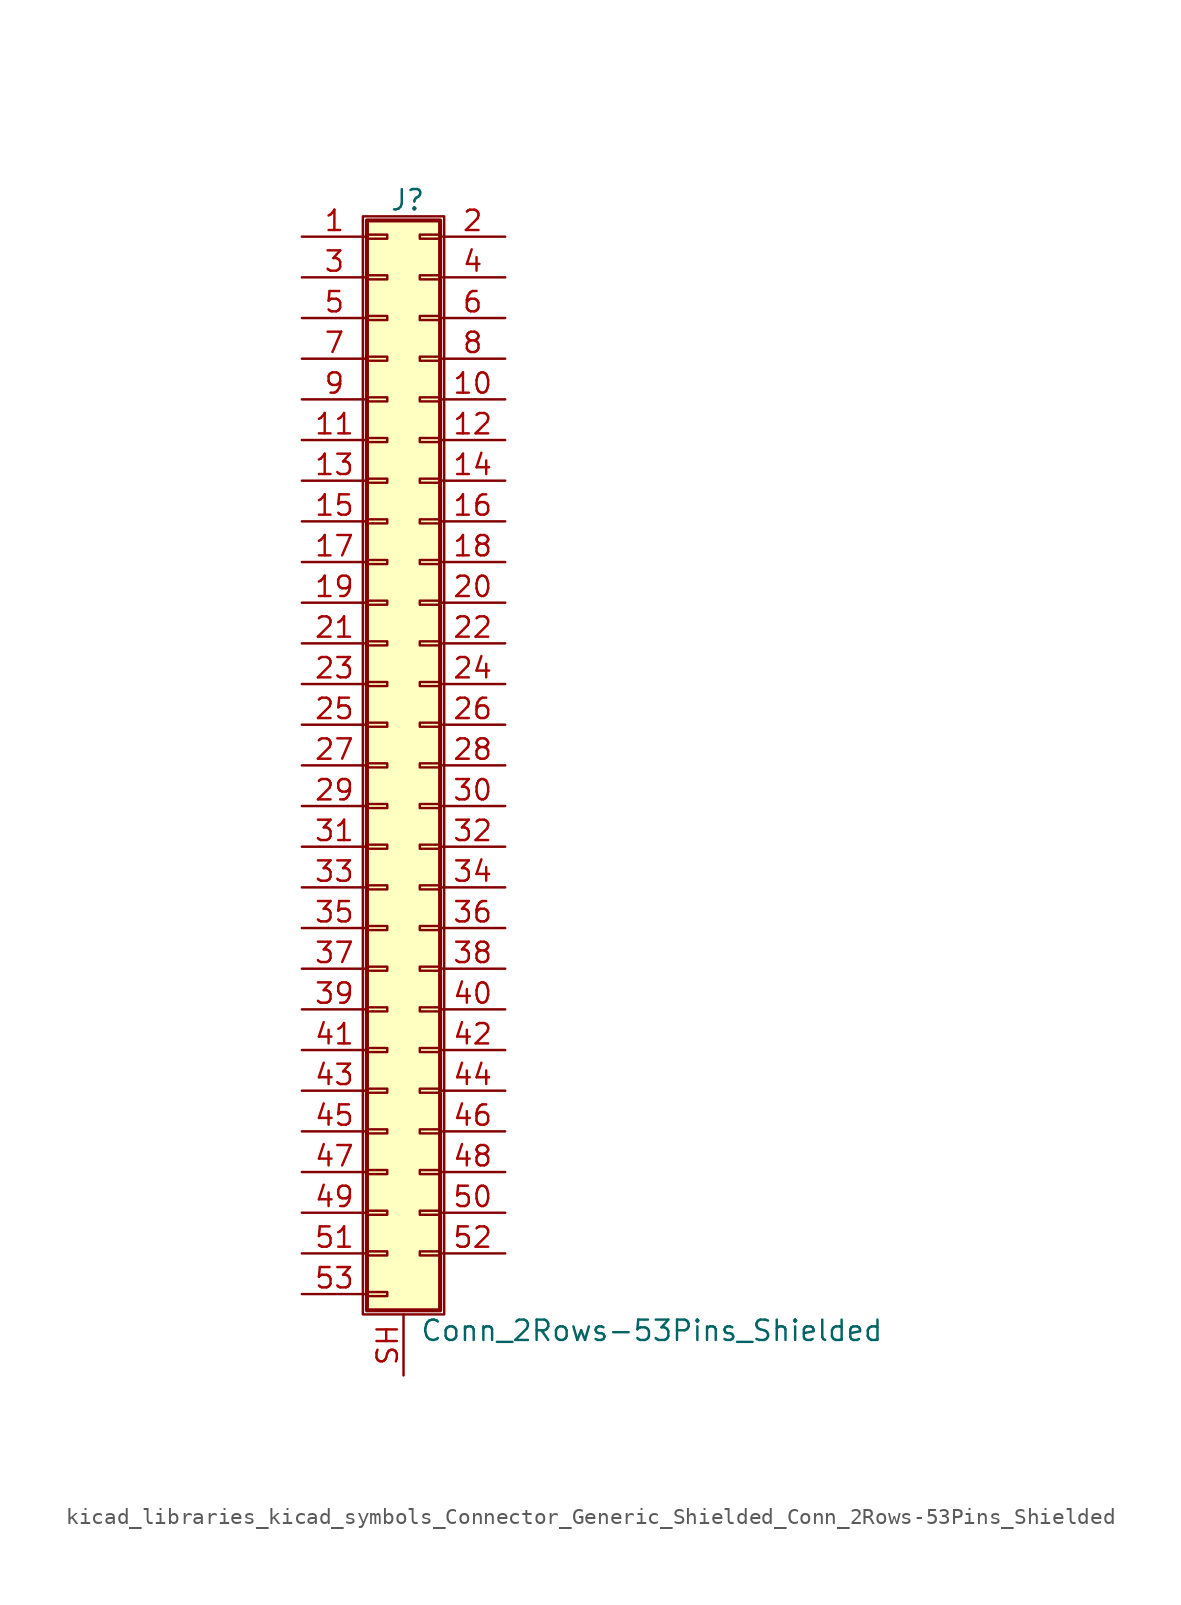
<source format=kicad_sym>
(kicad_symbol_lib
  (version 20220914)
  (generator kicad_symbol_editor)
  (symbol "kicad_libraries_kicad_symbols_Connector_Generic_Shielded_Conn_2Rows-53Pins_Shielded"
    (pin_names
      (offset 1.016) hide)
    (property "Reference" "J"
      (at 1.524 35.306 0)
      (effects (font (size 1.27 1.27))))
    (property "Value" "Conn_2Rows-53Pins_Shielded"
      (at 2.286 -35.306 0)
      (effects (font (size 1.27 1.27)) (justify left)))
    (symbol "kicad_libraries_kicad_symbols_Connector_Generic_Shielded_Conn_2Rows-53Pins_Shielded_1_1"
      (rectangle (start -1.27 34.29) (end 3.81 -34.29) (stroke (width 0.152) (type default)) (fill (type none)))
      (rectangle (start -1.016 -32.893) (end 0.254 -33.147) (stroke (width 0.152) (type default)) (fill (type none)))
      (rectangle (start -1.016 -30.353) (end 0.254 -30.607) (stroke (width 0.152) (type default)) (fill (type none)))
      (rectangle (start -1.016 -27.813) (end 0.254 -28.067) (stroke (width 0.152) (type default)) (fill (type none)))
      (rectangle (start -1.016 -25.273) (end 0.254 -25.527) (stroke (width 0.152) (type default)) (fill (type none)))
      (rectangle (start -1.016 -22.733) (end 0.254 -22.987) (stroke (width 0.152) (type default)) (fill (type none)))
      (rectangle (start -1.016 -20.193) (end 0.254 -20.447) (stroke (width 0.152) (type default)) (fill (type none)))
      (rectangle (start -1.016 -17.653) (end 0.254 -17.907) (stroke (width 0.152) (type default)) (fill (type none)))
      (rectangle (start -1.016 -15.113) (end 0.254 -15.367) (stroke (width 0.152) (type default)) (fill (type none)))
      (rectangle (start -1.016 -12.573) (end 0.254 -12.827) (stroke (width 0.152) (type default)) (fill (type none)))
      (rectangle (start -1.016 -10.033) (end 0.254 -10.287) (stroke (width 0.152) (type default)) (fill (type none)))
      (rectangle (start -1.016 -7.493) (end 0.254 -7.747) (stroke (width 0.152) (type default)) (fill (type none)))
      (rectangle (start -1.016 -4.953) (end 0.254 -5.207) (stroke (width 0.152) (type default)) (fill (type none)))
      (rectangle (start -1.016 -2.413) (end 0.254 -2.667) (stroke (width 0.152) (type default)) (fill (type none)))
      (rectangle (start -1.016 0.127) (end 0.254 -0.127) (stroke (width 0.152) (type default)) (fill (type none)))
      (rectangle (start -1.016 2.667) (end 0.254 2.413) (stroke (width 0.152) (type default)) (fill (type none)))
      (rectangle (start -1.016 5.207) (end 0.254 4.953) (stroke (width 0.152) (type default)) (fill (type none)))
      (rectangle (start -1.016 7.747) (end 0.254 7.493) (stroke (width 0.152) (type default)) (fill (type none)))
      (rectangle (start -1.016 10.287) (end 0.254 10.033) (stroke (width 0.152) (type default)) (fill (type none)))
      (rectangle (start -1.016 12.827) (end 0.254 12.573) (stroke (width 0.152) (type default)) (fill (type none)))
      (rectangle (start -1.016 15.367) (end 0.254 15.113) (stroke (width 0.152) (type default)) (fill (type none)))
      (rectangle (start -1.016 17.907) (end 0.254 17.653) (stroke (width 0.152) (type default)) (fill (type none)))
      (rectangle (start -1.016 20.447) (end 0.254 20.193) (stroke (width 0.152) (type default)) (fill (type none)))
      (rectangle (start -1.016 22.987) (end 0.254 22.733) (stroke (width 0.152) (type default)) (fill (type none)))
      (rectangle (start -1.016 25.527) (end 0.254 25.273) (stroke (width 0.152) (type default)) (fill (type none)))
      (rectangle (start -1.016 28.067) (end 0.254 27.813) (stroke (width 0.152) (type default)) (fill (type none)))
      (rectangle (start -1.016 30.607) (end 0.254 30.353) (stroke (width 0.152) (type default)) (fill (type none)))
      (rectangle (start -1.016 33.147) (end 0.254 32.893) (stroke (width 0.152) (type default)) (fill (type none)))
      (rectangle (start -1.016 34.036) (end 3.556 -34.036) (stroke (width 0.254) (type default)) (fill (type background)))
      (rectangle (start 3.556 -30.353) (end 2.286 -30.607) (stroke (width 0.152) (type default)) (fill (type none)))
      (rectangle (start 3.556 -27.813) (end 2.286 -28.067) (stroke (width 0.152) (type default)) (fill (type none)))
      (rectangle (start 3.556 -25.273) (end 2.286 -25.527) (stroke (width 0.152) (type default)) (fill (type none)))
      (rectangle (start 3.556 -22.733) (end 2.286 -22.987) (stroke (width 0.152) (type default)) (fill (type none)))
      (rectangle (start 3.556 -20.193) (end 2.286 -20.447) (stroke (width 0.152) (type default)) (fill (type none)))
      (rectangle (start 3.556 -17.653) (end 2.286 -17.907) (stroke (width 0.152) (type default)) (fill (type none)))
      (rectangle (start 3.556 -15.113) (end 2.286 -15.367) (stroke (width 0.152) (type default)) (fill (type none)))
      (rectangle (start 3.556 -12.573) (end 2.286 -12.827) (stroke (width 0.152) (type default)) (fill (type none)))
      (rectangle (start 3.556 -10.033) (end 2.286 -10.287) (stroke (width 0.152) (type default)) (fill (type none)))
      (rectangle (start 3.556 -7.493) (end 2.286 -7.747) (stroke (width 0.152) (type default)) (fill (type none)))
      (rectangle (start 3.556 -4.953) (end 2.286 -5.207) (stroke (width 0.152) (type default)) (fill (type none)))
      (rectangle (start 3.556 -2.413) (end 2.286 -2.667) (stroke (width 0.152) (type default)) (fill (type none)))
      (rectangle (start 3.556 0.127) (end 2.286 -0.127) (stroke (width 0.152) (type default)) (fill (type none)))
      (rectangle (start 3.556 2.667) (end 2.286 2.413) (stroke (width 0.152) (type default)) (fill (type none)))
      (rectangle (start 3.556 5.207) (end 2.286 4.953) (stroke (width 0.152) (type default)) (fill (type none)))
      (rectangle (start 3.556 7.747) (end 2.286 7.493) (stroke (width 0.152) (type default)) (fill (type none)))
      (rectangle (start 3.556 10.287) (end 2.286 10.033) (stroke (width 0.152) (type default)) (fill (type none)))
      (rectangle (start 3.556 12.827) (end 2.286 12.573) (stroke (width 0.152) (type default)) (fill (type none)))
      (rectangle (start 3.556 15.367) (end 2.286 15.113) (stroke (width 0.152) (type default)) (fill (type none)))
      (rectangle (start 3.556 17.907) (end 2.286 17.653) (stroke (width 0.152) (type default)) (fill (type none)))
      (rectangle (start 3.556 20.447) (end 2.286 20.193) (stroke (width 0.152) (type default)) (fill (type none)))
      (rectangle (start 3.556 22.987) (end 2.286 22.733) (stroke (width 0.152) (type default)) (fill (type none)))
      (rectangle (start 3.556 25.527) (end 2.286 25.273) (stroke (width 0.152) (type default)) (fill (type none)))
      (rectangle (start 3.556 28.067) (end 2.286 27.813) (stroke (width 0.152) (type default)) (fill (type none)))
      (rectangle (start 3.556 30.607) (end 2.286 30.353) (stroke (width 0.152) (type default)) (fill (type none)))
      (rectangle (start 3.556 33.147) (end 2.286 32.893) (stroke (width 0.152) (type default)) (fill (type none)))
      (pin passive line (at -5.08 33.02 0) (length 4.064) (name "Pin_1" (effects (font (size 1.27 1.27)))) (number "1" (effects (font (size 1.27 1.27)))))
      (pin passive line (at 7.62 22.86 180) (length 4.064) (name "Pin_10" (effects (font (size 1.27 1.27)))) (number "10" (effects (font (size 1.27 1.27)))))
      (pin passive line (at -5.08 20.32 0) (length 4.064) (name "Pin_11" (effects (font (size 1.27 1.27)))) (number "11" (effects (font (size 1.27 1.27)))))
      (pin passive line (at 7.62 20.32 180) (length 4.064) (name "Pin_12" (effects (font (size 1.27 1.27)))) (number "12" (effects (font (size 1.27 1.27)))))
      (pin passive line (at -5.08 17.78 0) (length 4.064) (name "Pin_13" (effects (font (size 1.27 1.27)))) (number "13" (effects (font (size 1.27 1.27)))))
      (pin passive line (at 7.62 17.78 180) (length 4.064) (name "Pin_14" (effects (font (size 1.27 1.27)))) (number "14" (effects (font (size 1.27 1.27)))))
      (pin passive line (at -5.08 15.24 0) (length 4.064) (name "Pin_15" (effects (font (size 1.27 1.27)))) (number "15" (effects (font (size 1.27 1.27)))))
      (pin passive line (at 7.62 15.24 180) (length 4.064) (name "Pin_16" (effects (font (size 1.27 1.27)))) (number "16" (effects (font (size 1.27 1.27)))))
      (pin passive line (at -5.08 12.7 0) (length 4.064) (name "Pin_17" (effects (font (size 1.27 1.27)))) (number "17" (effects (font (size 1.27 1.27)))))
      (pin passive line (at 7.62 12.7 180) (length 4.064) (name "Pin_18" (effects (font (size 1.27 1.27)))) (number "18" (effects (font (size 1.27 1.27)))))
      (pin passive line (at -5.08 10.16 0) (length 4.064) (name "Pin_19" (effects (font (size 1.27 1.27)))) (number "19" (effects (font (size 1.27 1.27)))))
      (pin passive line (at 7.62 33.02 180) (length 4.064) (name "Pin_2" (effects (font (size 1.27 1.27)))) (number "2" (effects (font (size 1.27 1.27)))))
      (pin passive line (at 7.62 10.16 180) (length 4.064) (name "Pin_20" (effects (font (size 1.27 1.27)))) (number "20" (effects (font (size 1.27 1.27)))))
      (pin passive line (at -5.08 7.62 0) (length 4.064) (name "Pin_21" (effects (font (size 1.27 1.27)))) (number "21" (effects (font (size 1.27 1.27)))))
      (pin passive line (at 7.62 7.62 180) (length 4.064) (name "Pin_22" (effects (font (size 1.27 1.27)))) (number "22" (effects (font (size 1.27 1.27)))))
      (pin passive line (at -5.08 5.08 0) (length 4.064) (name "Pin_23" (effects (font (size 1.27 1.27)))) (number "23" (effects (font (size 1.27 1.27)))))
      (pin passive line (at 7.62 5.08 180) (length 4.064) (name "Pin_24" (effects (font (size 1.27 1.27)))) (number "24" (effects (font (size 1.27 1.27)))))
      (pin passive line (at -5.08 2.54 0) (length 4.064) (name "Pin_25" (effects (font (size 1.27 1.27)))) (number "25" (effects (font (size 1.27 1.27)))))
      (pin passive line (at 7.62 2.54 180) (length 4.064) (name "Pin_26" (effects (font (size 1.27 1.27)))) (number "26" (effects (font (size 1.27 1.27)))))
      (pin passive line (at -5.08 0 0) (length 4.064) (name "Pin_27" (effects (font (size 1.27 1.27)))) (number "27" (effects (font (size 1.27 1.27)))))
      (pin passive line (at 7.62 0 180) (length 4.064) (name "Pin_28" (effects (font (size 1.27 1.27)))) (number "28" (effects (font (size 1.27 1.27)))))
      (pin passive line (at -5.08 -2.54 0) (length 4.064) (name "Pin_29" (effects (font (size 1.27 1.27)))) (number "29" (effects (font (size 1.27 1.27)))))
      (pin passive line (at -5.08 30.48 0) (length 4.064) (name "Pin_3" (effects (font (size 1.27 1.27)))) (number "3" (effects (font (size 1.27 1.27)))))
      (pin passive line (at 7.62 -2.54 180) (length 4.064) (name "Pin_30" (effects (font (size 1.27 1.27)))) (number "30" (effects (font (size 1.27 1.27)))))
      (pin passive line (at -5.08 -5.08 0) (length 4.064) (name "Pin_31" (effects (font (size 1.27 1.27)))) (number "31" (effects (font (size 1.27 1.27)))))
      (pin passive line (at 7.62 -5.08 180) (length 4.064) (name "Pin_32" (effects (font (size 1.27 1.27)))) (number "32" (effects (font (size 1.27 1.27)))))
      (pin passive line (at -5.08 -7.62 0) (length 4.064) (name "Pin_33" (effects (font (size 1.27 1.27)))) (number "33" (effects (font (size 1.27 1.27)))))
      (pin passive line (at 7.62 -7.62 180) (length 4.064) (name "Pin_34" (effects (font (size 1.27 1.27)))) (number "34" (effects (font (size 1.27 1.27)))))
      (pin passive line (at -5.08 -10.16 0) (length 4.064) (name "Pin_35" (effects (font (size 1.27 1.27)))) (number "35" (effects (font (size 1.27 1.27)))))
      (pin passive line (at 7.62 -10.16 180) (length 4.064) (name "Pin_36" (effects (font (size 1.27 1.27)))) (number "36" (effects (font (size 1.27 1.27)))))
      (pin passive line (at -5.08 -12.7 0) (length 4.064) (name "Pin_37" (effects (font (size 1.27 1.27)))) (number "37" (effects (font (size 1.27 1.27)))))
      (pin passive line (at 7.62 -12.7 180) (length 4.064) (name "Pin_38" (effects (font (size 1.27 1.27)))) (number "38" (effects (font (size 1.27 1.27)))))
      (pin passive line (at -5.08 -15.24 0) (length 4.064) (name "Pin_39" (effects (font (size 1.27 1.27)))) (number "39" (effects (font (size 1.27 1.27)))))
      (pin passive line (at 7.62 30.48 180) (length 4.064) (name "Pin_4" (effects (font (size 1.27 1.27)))) (number "4" (effects (font (size 1.27 1.27)))))
      (pin passive line (at 7.62 -15.24 180) (length 4.064) (name "Pin_40" (effects (font (size 1.27 1.27)))) (number "40" (effects (font (size 1.27 1.27)))))
      (pin passive line (at -5.08 -17.78 0) (length 4.064) (name "Pin_41" (effects (font (size 1.27 1.27)))) (number "41" (effects (font (size 1.27 1.27)))))
      (pin passive line (at 7.62 -17.78 180) (length 4.064) (name "Pin_42" (effects (font (size 1.27 1.27)))) (number "42" (effects (font (size 1.27 1.27)))))
      (pin passive line (at -5.08 -20.32 0) (length 4.064) (name "Pin_43" (effects (font (size 1.27 1.27)))) (number "43" (effects (font (size 1.27 1.27)))))
      (pin passive line (at 7.62 -20.32 180) (length 4.064) (name "Pin_44" (effects (font (size 1.27 1.27)))) (number "44" (effects (font (size 1.27 1.27)))))
      (pin passive line (at -5.08 -22.86 0) (length 4.064) (name "Pin_45" (effects (font (size 1.27 1.27)))) (number "45" (effects (font (size 1.27 1.27)))))
      (pin passive line (at 7.62 -22.86 180) (length 4.064) (name "Pin_46" (effects (font (size 1.27 1.27)))) (number "46" (effects (font (size 1.27 1.27)))))
      (pin passive line (at -5.08 -25.4 0) (length 4.064) (name "Pin_47" (effects (font (size 1.27 1.27)))) (number "47" (effects (font (size 1.27 1.27)))))
      (pin passive line (at 7.62 -25.4 180) (length 4.064) (name "Pin_48" (effects (font (size 1.27 1.27)))) (number "48" (effects (font (size 1.27 1.27)))))
      (pin passive line (at -5.08 -27.94 0) (length 4.064) (name "Pin_49" (effects (font (size 1.27 1.27)))) (number "49" (effects (font (size 1.27 1.27)))))
      (pin passive line (at -5.08 27.94 0) (length 4.064) (name "Pin_5" (effects (font (size 1.27 1.27)))) (number "5" (effects (font (size 1.27 1.27)))))
      (pin passive line (at 7.62 -27.94 180) (length 4.064) (name "Pin_50" (effects (font (size 1.27 1.27)))) (number "50" (effects (font (size 1.27 1.27)))))
      (pin passive line (at -5.08 -30.48 0) (length 4.064) (name "Pin_51" (effects (font (size 1.27 1.27)))) (number "51" (effects (font (size 1.27 1.27)))))
      (pin passive line (at 7.62 -30.48 180) (length 4.064) (name "Pin_52" (effects (font (size 1.27 1.27)))) (number "52" (effects (font (size 1.27 1.27)))))
      (pin passive line (at -5.08 -33.02 0) (length 4.064) (name "Pin_53" (effects (font (size 1.27 1.27)))) (number "53" (effects (font (size 1.27 1.27)))))
      (pin passive line (at 7.62 27.94 180) (length 4.064) (name "Pin_6" (effects (font (size 1.27 1.27)))) (number "6" (effects (font (size 1.27 1.27)))))
      (pin passive line (at -5.08 25.4 0) (length 4.064) (name "Pin_7" (effects (font (size 1.27 1.27)))) (number "7" (effects (font (size 1.27 1.27)))))
      (pin passive line (at 7.62 25.4 180) (length 4.064) (name "Pin_8" (effects (font (size 1.27 1.27)))) (number "8" (effects (font (size 1.27 1.27)))))
      (pin passive line (at -5.08 22.86 0) (length 4.064) (name "Pin_9" (effects (font (size 1.27 1.27)))) (number "9" (effects (font (size 1.27 1.27)))))
      (pin passive line (at 1.27 -38.1 90) (length 3.81) (name "Shield" (effects (font (size 1.27 1.27)))) (number "SH" (effects (font (size 1.27 1.27))))))))
</source>
